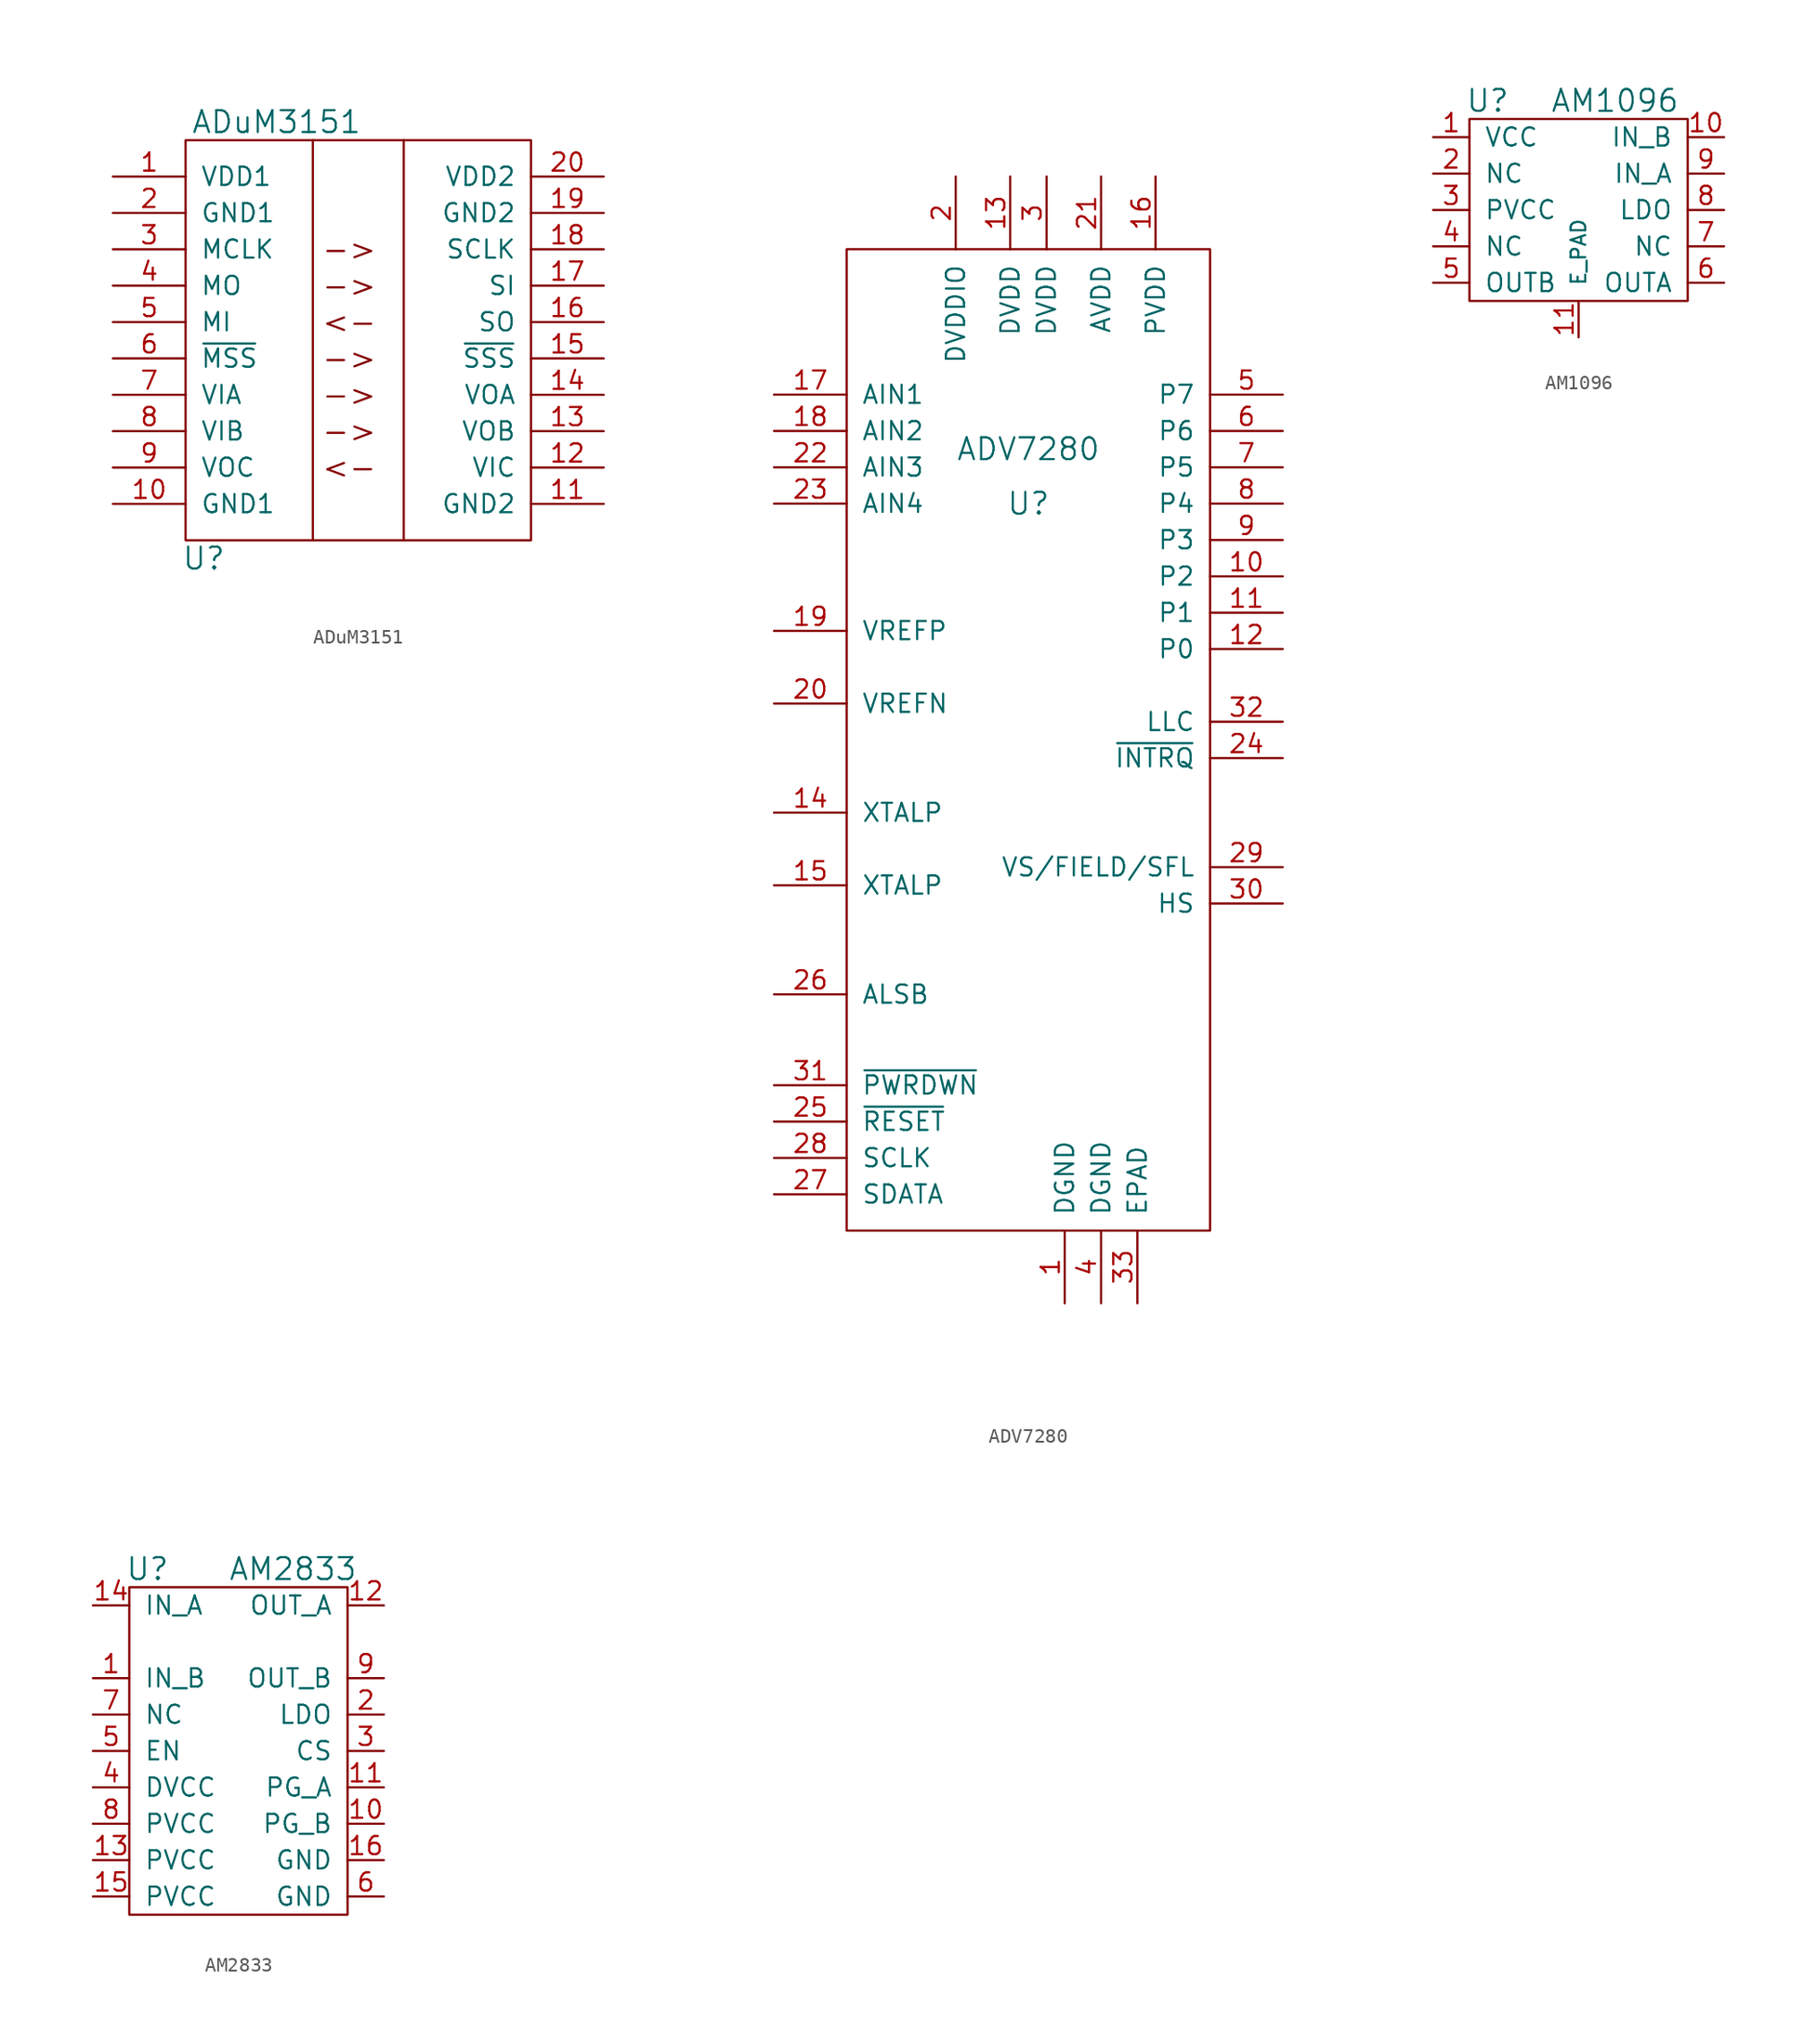
<source format=kicad_sym>
(kicad_symbol_lib
  (version 20220914)
  (generator kicad_symbol_editor)
  (symbol "ADuM3151"
    (pin_names
      (offset 1.016))
    (property "Reference" "U"
      (at -11.43 -16.51 0)
      (effects (font (size 1.524 1.524))))
    (property "Value" "ADuM3151"
      (at -6.35 13.97 0)
      (effects (font (size 1.524 1.524))))
    (property "Footprint" ""
      (at 0 0 0)
      (effects (font (size 1.524 1.524))))
    (property "Datasheet" ""
      (at 0 0 0)
      (effects (font (size 1.524 1.524))))
    (symbol "ADuM3151_0_0"
      (text "->" (at -1.27 -7.62 0) (effects (font (size 1.524 1.524))))
      (text "->" (at -1.27 -5.08 0) (effects (font (size 1.524 1.524))))
      (text "->" (at -1.27 -2.54 0) (effects (font (size 1.524 1.524))))
      (text "->" (at -1.27 2.54 0) (effects (font (size 1.524 1.524))))
      (text "->" (at -1.27 5.08 0) (effects (font (size 1.524 1.524))))
      (text "<-" (at -1.27 -10.16 0) (effects (font (size 1.524 1.524))))
      (text "<-" (at -1.27 0 0) (effects (font (size 1.524 1.524)))))
    (symbol "ADuM3151_0_1"
      (rectangle (start -12.7 12.7) (end 11.43 -15.24) (stroke (width 0) (type default)) (fill (type none)))
      (polyline (pts (xy -3.81 12.7) (xy -3.81 -15.24)) (stroke (width 0) (type default)) (fill (type none)))
      (polyline (pts (xy 2.54 12.7) (xy 2.54 -15.24)) (stroke (width 0) (type default)) (fill (type none))))
    (symbol "ADuM3151_1_1"
      (pin input line (at -17.78 10.16 0) (length 5.08) (name "VDD1" (effects (font (size 1.27 1.27)))) (number "1" (effects (font (size 1.27 1.27)))))
      (pin input line (at -17.78 -12.7 0) (length 5.08) (name "GND1" (effects (font (size 1.27 1.27)))) (number "10" (effects (font (size 1.27 1.27)))))
      (pin input line (at 16.51 -12.7 180) (length 5.08) (name "GND2" (effects (font (size 1.27 1.27)))) (number "11" (effects (font (size 1.27 1.27)))))
      (pin input line (at 16.51 -10.16 180) (length 5.08) (name "VIC" (effects (font (size 1.27 1.27)))) (number "12" (effects (font (size 1.27 1.27)))))
      (pin input line (at 16.51 -7.62 180) (length 5.08) (name "VOB" (effects (font (size 1.27 1.27)))) (number "13" (effects (font (size 1.27 1.27)))))
      (pin input line (at 16.51 -5.08 180) (length 5.08) (name "VOA" (effects (font (size 1.27 1.27)))) (number "14" (effects (font (size 1.27 1.27)))))
      (pin input line (at 16.51 -2.54 180) (length 5.08) (name "~{SSS}" (effects (font (size 1.27 1.27)))) (number "15" (effects (font (size 1.27 1.27)))))
      (pin input line (at 16.51 0 180) (length 5.08) (name "SO" (effects (font (size 1.27 1.27)))) (number "16" (effects (font (size 1.27 1.27)))))
      (pin input line (at 16.51 2.54 180) (length 5.08) (name "SI" (effects (font (size 1.27 1.27)))) (number "17" (effects (font (size 1.27 1.27)))))
      (pin input line (at 16.51 5.08 180) (length 5.08) (name "SCLK" (effects (font (size 1.27 1.27)))) (number "18" (effects (font (size 1.27 1.27)))))
      (pin input line (at 16.51 7.62 180) (length 5.08) (name "GND2" (effects (font (size 1.27 1.27)))) (number "19" (effects (font (size 1.27 1.27)))))
      (pin input line (at -17.78 7.62 0) (length 5.08) (name "GND1" (effects (font (size 1.27 1.27)))) (number "2" (effects (font (size 1.27 1.27)))))
      (pin input line (at 16.51 10.16 180) (length 5.08) (name "VDD2" (effects (font (size 1.27 1.27)))) (number "20" (effects (font (size 1.27 1.27)))))
      (pin input line (at -17.78 5.08 0) (length 5.08) (name "MCLK" (effects (font (size 1.27 1.27)))) (number "3" (effects (font (size 1.27 1.27)))))
      (pin input line (at -17.78 2.54 0) (length 5.08) (name "MO" (effects (font (size 1.27 1.27)))) (number "4" (effects (font (size 1.27 1.27)))))
      (pin input line (at -17.78 0 0) (length 5.08) (name "MI" (effects (font (size 1.27 1.27)))) (number "5" (effects (font (size 1.27 1.27)))))
      (pin input line (at -17.78 -2.54 0) (length 5.08) (name "~{MSS}" (effects (font (size 1.27 1.27)))) (number "6" (effects (font (size 1.27 1.27)))))
      (pin input line (at -17.78 -5.08 0) (length 5.08) (name "VIA" (effects (font (size 1.27 1.27)))) (number "7" (effects (font (size 1.27 1.27)))))
      (pin input line (at -17.78 -7.62 0) (length 5.08) (name "VIB" (effects (font (size 1.27 1.27)))) (number "8" (effects (font (size 1.27 1.27)))))
      (pin input line (at -17.78 -10.16 0) (length 5.08) (name "VOC" (effects (font (size 1.27 1.27)))) (number "9" (effects (font (size 1.27 1.27)))))))
  (symbol "ADV7280"
    (pin_names
      (offset 1.016))
    (property "Reference" "U"
      (at 12.7 -17.78 0)
      (effects (font (size 1.524 1.524))))
    (property "Value" "ADV7280"
      (at 12.7 -13.97 0)
      (effects (font (size 1.524 1.524))))
    (property "Footprint" ""
      (at 0 0 0)
      (effects (font (size 1.524 1.524))))
    (property "Datasheet" ""
      (at 0 0 0)
      (effects (font (size 1.524 1.524))))
    (symbol "ADV7280_0_1"
      (rectangle (start 0 0) (end 25.4 -68.58) (stroke (width 0) (type default)) (fill (type none))))
    (symbol "ADV7280_1_1"
      (pin bidirectional line (at 15.24 -73.66 90) (length 5.08) (name "DGND" (effects (font (size 1.27 1.27)))) (number "1" (effects (font (size 1.27 1.27)))))
      (pin bidirectional line (at 30.48 -22.86 180) (length 5.08) (name "P2" (effects (font (size 1.27 1.27)))) (number "10" (effects (font (size 1.27 1.27)))))
      (pin bidirectional line (at 30.48 -25.4 180) (length 5.08) (name "P1" (effects (font (size 1.27 1.27)))) (number "11" (effects (font (size 1.27 1.27)))))
      (pin bidirectional line (at 30.48 -27.94 180) (length 5.08) (name "P0" (effects (font (size 1.27 1.27)))) (number "12" (effects (font (size 1.27 1.27)))))
      (pin bidirectional line (at 11.43 5.08 270) (length 5.08) (name "DVDD" (effects (font (size 1.27 1.27)))) (number "13" (effects (font (size 1.27 1.27)))))
      (pin bidirectional line (at -5.08 -39.37 0) (length 5.08) (name "XTALP" (effects (font (size 1.27 1.27)))) (number "14" (effects (font (size 1.27 1.27)))))
      (pin bidirectional line (at -5.08 -44.45 0) (length 5.08) (name "XTALP" (effects (font (size 1.27 1.27)))) (number "15" (effects (font (size 1.27 1.27)))))
      (pin bidirectional line (at 21.59 5.08 270) (length 5.08) (name "PVDD" (effects (font (size 1.27 1.27)))) (number "16" (effects (font (size 1.27 1.27)))))
      (pin bidirectional line (at -5.08 -10.16 0) (length 5.08) (name "AIN1" (effects (font (size 1.27 1.27)))) (number "17" (effects (font (size 1.27 1.27)))))
      (pin bidirectional line (at -5.08 -12.7 0) (length 5.08) (name "AIN2" (effects (font (size 1.27 1.27)))) (number "18" (effects (font (size 1.27 1.27)))))
      (pin bidirectional line (at -5.08 -26.67 0) (length 5.08) (name "VREFP" (effects (font (size 1.27 1.27)))) (number "19" (effects (font (size 1.27 1.27)))))
      (pin bidirectional line (at 7.62 5.08 270) (length 5.08) (name "DVDDIO" (effects (font (size 1.27 1.27)))) (number "2" (effects (font (size 1.27 1.27)))))
      (pin bidirectional line (at -5.08 -31.75 0) (length 5.08) (name "VREFN" (effects (font (size 1.27 1.27)))) (number "20" (effects (font (size 1.27 1.27)))))
      (pin bidirectional line (at 17.78 5.08 270) (length 5.08) (name "AVDD" (effects (font (size 1.27 1.27)))) (number "21" (effects (font (size 1.27 1.27)))))
      (pin bidirectional line (at -5.08 -15.24 0) (length 5.08) (name "AIN3" (effects (font (size 1.27 1.27)))) (number "22" (effects (font (size 1.27 1.27)))))
      (pin bidirectional line (at -5.08 -17.78 0) (length 5.08) (name "AIN4" (effects (font (size 1.27 1.27)))) (number "23" (effects (font (size 1.27 1.27)))))
      (pin bidirectional line (at 30.48 -35.56 180) (length 5.08) (name "~{INTRQ}" (effects (font (size 1.27 1.27)))) (number "24" (effects (font (size 1.27 1.27)))))
      (pin bidirectional line (at -5.08 -60.96 0) (length 5.08) (name "~{RESET}" (effects (font (size 1.27 1.27)))) (number "25" (effects (font (size 1.27 1.27)))))
      (pin bidirectional line (at -5.08 -52.07 0) (length 5.08) (name "ALSB" (effects (font (size 1.27 1.27)))) (number "26" (effects (font (size 1.27 1.27)))))
      (pin bidirectional line (at -5.08 -66.04 0) (length 5.08) (name "SDATA" (effects (font (size 1.27 1.27)))) (number "27" (effects (font (size 1.27 1.27)))))
      (pin bidirectional line (at -5.08 -63.5 0) (length 5.08) (name "SCLK" (effects (font (size 1.27 1.27)))) (number "28" (effects (font (size 1.27 1.27)))))
      (pin bidirectional line (at 30.48 -43.18 180) (length 5.08) (name "VS/FIELD/SFL" (effects (font (size 1.27 1.27)))) (number "29" (effects (font (size 1.27 1.27)))))
      (pin bidirectional line (at 13.97 5.08 270) (length 5.08) (name "DVDD" (effects (font (size 1.27 1.27)))) (number "3" (effects (font (size 1.27 1.27)))))
      (pin bidirectional line (at 30.48 -45.72 180) (length 5.08) (name "HS" (effects (font (size 1.27 1.27)))) (number "30" (effects (font (size 1.27 1.27)))))
      (pin bidirectional line (at -5.08 -58.42 0) (length 5.08) (name "~{PWRDWN}" (effects (font (size 1.27 1.27)))) (number "31" (effects (font (size 1.27 1.27)))))
      (pin bidirectional line (at 30.48 -33.02 180) (length 5.08) (name "LLC" (effects (font (size 1.27 1.27)))) (number "32" (effects (font (size 1.27 1.27)))))
      (pin bidirectional line (at 20.32 -73.66 90) (length 5.08) (name "EPAD" (effects (font (size 1.27 1.27)))) (number "33" (effects (font (size 1.27 1.27)))))
      (pin bidirectional line (at 17.78 -73.66 90) (length 5.08) (name "DGND" (effects (font (size 1.27 1.27)))) (number "4" (effects (font (size 1.27 1.27)))))
      (pin bidirectional line (at 30.48 -10.16 180) (length 5.08) (name "P7" (effects (font (size 1.27 1.27)))) (number "5" (effects (font (size 1.27 1.27)))))
      (pin bidirectional line (at 30.48 -12.7 180) (length 5.08) (name "P6" (effects (font (size 1.27 1.27)))) (number "6" (effects (font (size 1.27 1.27)))))
      (pin bidirectional line (at 30.48 -15.24 180) (length 5.08) (name "P5" (effects (font (size 1.27 1.27)))) (number "7" (effects (font (size 1.27 1.27)))))
      (pin bidirectional line (at 30.48 -17.78 180) (length 5.08) (name "P4" (effects (font (size 1.27 1.27)))) (number "8" (effects (font (size 1.27 1.27)))))
      (pin bidirectional line (at 30.48 -20.32 180) (length 5.08) (name "P3" (effects (font (size 1.27 1.27)))) (number "9" (effects (font (size 1.27 1.27)))))))
  (symbol "AM1096"
    (pin_names
      (offset 1.016))
    (property "Reference" "U"
      (at -6.35 7.62 0)
      (effects (font (size 1.524 1.524))))
    (property "Value" "AM1096"
      (at 2.54 7.62 0)
      (effects (font (size 1.524 1.524))))
    (property "Footprint" ""
      (at 0 0 0)
      (effects (font (size 1.524 1.524))))
    (property "Datasheet" ""
      (at 0 0 0)
      (effects (font (size 1.524 1.524))))
    (symbol "AM1096_0_1"
      (rectangle (start -7.62 6.35) (end 7.62 -6.35) (stroke (width 0) (type default)) (fill (type none))))
    (symbol "AM1096_1_1"
      (pin bidirectional line (at -10.16 5.08 0) (length 2.54) (name "VCC" (effects (font (size 1.27 1.27)))) (number "1" (effects (font (size 1.27 1.27)))))
      (pin bidirectional line (at 10.16 5.08 180) (length 2.54) (name "IN_B" (effects (font (size 1.27 1.27)))) (number "10" (effects (font (size 1.27 1.27)))))
      (pin bidirectional line (at 0 -8.89 90) (length 2.54) (name "E_PAD" (effects (font (size 1.016 1.016)))) (number "11" (effects (font (size 1.27 1.27)))))
      (pin bidirectional line (at -10.16 2.54 0) (length 2.54) (name "NC" (effects (font (size 1.27 1.27)))) (number "2" (effects (font (size 1.27 1.27)))))
      (pin bidirectional line (at -10.16 0 0) (length 2.54) (name "PVCC" (effects (font (size 1.27 1.27)))) (number "3" (effects (font (size 1.27 1.27)))))
      (pin bidirectional line (at -10.16 -2.54 0) (length 2.54) (name "NC" (effects (font (size 1.27 1.27)))) (number "4" (effects (font (size 1.27 1.27)))))
      (pin bidirectional line (at -10.16 -5.08 0) (length 2.54) (name "OUTB" (effects (font (size 1.27 1.27)))) (number "5" (effects (font (size 1.27 1.27)))))
      (pin bidirectional line (at 10.16 -5.08 180) (length 2.54) (name "OUTA" (effects (font (size 1.27 1.27)))) (number "6" (effects (font (size 1.27 1.27)))))
      (pin bidirectional line (at 10.16 -2.54 180) (length 2.54) (name "NC" (effects (font (size 1.27 1.27)))) (number "7" (effects (font (size 1.27 1.27)))))
      (pin bidirectional line (at 10.16 0 180) (length 2.54) (name "LDO" (effects (font (size 1.27 1.27)))) (number "8" (effects (font (size 1.27 1.27)))))
      (pin bidirectional line (at 10.16 2.54 180) (length 2.54) (name "IN_A" (effects (font (size 1.27 1.27)))) (number "9" (effects (font (size 1.27 1.27)))))))
  (symbol "AM2833"
    (pin_names
      (offset 1.016))
    (property "Reference" "U"
      (at -6.35 12.7 0)
      (effects (font (size 1.524 1.524))))
    (property "Value" "AM2833"
      (at 3.81 12.7 0)
      (effects (font (size 1.524 1.524))))
    (property "Footprint" ""
      (at 6.35 -3.81 0)
      (effects (font (size 1.524 1.524))))
    (property "Datasheet" ""
      (at 6.35 -3.81 0)
      (effects (font (size 1.524 1.524))))
    (symbol "AM2833_0_1"
      (rectangle (start -7.62 11.43) (end 7.62 -11.43) (stroke (width 0) (type default)) (fill (type none))))
    (symbol "AM2833_1_1"
      (pin bidirectional line (at -10.16 5.08 0) (length 2.54) (name "IN_B" (effects (font (size 1.27 1.27)))) (number "1" (effects (font (size 1.27 1.27)))))
      (pin bidirectional line (at 10.16 -5.08 180) (length 2.54) (name "PG_B" (effects (font (size 1.27 1.27)))) (number "10" (effects (font (size 1.27 1.27)))))
      (pin bidirectional line (at 10.16 -2.54 180) (length 2.54) (name "PG_A" (effects (font (size 1.27 1.27)))) (number "11" (effects (font (size 1.27 1.27)))))
      (pin bidirectional line (at 10.16 10.16 180) (length 2.54) (name "OUT_A" (effects (font (size 1.27 1.27)))) (number "12" (effects (font (size 1.27 1.27)))))
      (pin bidirectional line (at -10.16 -7.62 0) (length 2.54) (name "PVCC" (effects (font (size 1.27 1.27)))) (number "13" (effects (font (size 1.27 1.27)))))
      (pin bidirectional line (at -10.16 10.16 0) (length 2.54) (name "IN_A" (effects (font (size 1.27 1.27)))) (number "14" (effects (font (size 1.27 1.27)))))
      (pin bidirectional line (at -10.16 -10.16 0) (length 2.54) (name "PVCC" (effects (font (size 1.27 1.27)))) (number "15" (effects (font (size 1.27 1.27)))))
      (pin bidirectional line (at 10.16 -7.62 180) (length 2.54) (name "GND" (effects (font (size 1.27 1.27)))) (number "16" (effects (font (size 1.27 1.27)))))
      (pin bidirectional line (at 10.16 2.54 180) (length 2.54) (name "LDO" (effects (font (size 1.27 1.27)))) (number "2" (effects (font (size 1.27 1.27)))))
      (pin bidirectional line (at 10.16 0 180) (length 2.54) (name "CS" (effects (font (size 1.27 1.27)))) (number "3" (effects (font (size 1.27 1.27)))))
      (pin bidirectional line (at -10.16 -2.54 0) (length 2.54) (name "DVCC" (effects (font (size 1.27 1.27)))) (number "4" (effects (font (size 1.27 1.27)))))
      (pin bidirectional line (at -10.16 0 0) (length 2.54) (name "EN" (effects (font (size 1.27 1.27)))) (number "5" (effects (font (size 1.27 1.27)))))
      (pin bidirectional line (at 10.16 -10.16 180) (length 2.54) (name "GND" (effects (font (size 1.27 1.27)))) (number "6" (effects (font (size 1.27 1.27)))))
      (pin bidirectional line (at -10.16 2.54 0) (length 2.54) (name "NC" (effects (font (size 1.27 1.27)))) (number "7" (effects (font (size 1.27 1.27)))))
      (pin bidirectional line (at -10.16 -5.08 0) (length 2.54) (name "PVCC" (effects (font (size 1.27 1.27)))) (number "8" (effects (font (size 1.27 1.27)))))
      (pin bidirectional line (at 10.16 5.08 180) (length 2.54) (name "OUT_B" (effects (font (size 1.27 1.27)))) (number "9" (effects (font (size 1.27 1.27))))))))
</source>
